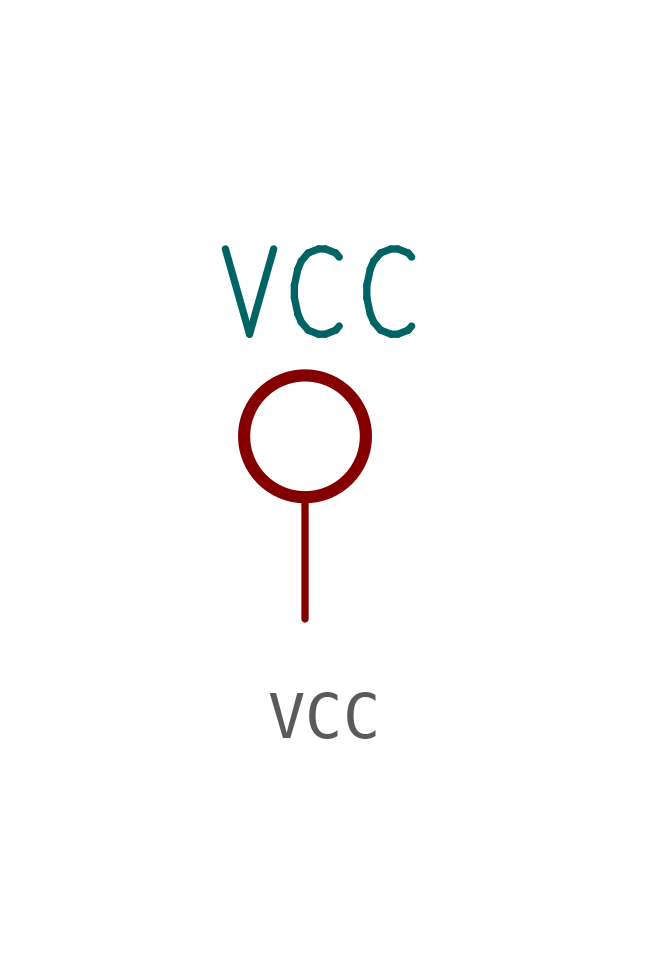
<source format=kicad_sym>
(kicad_symbol_lib
  (version 20211014)
  (generator kicad_symbol_editor)
  (symbol "VCC"
    (power)
    (property "Reference" "#SUPPLY"
      (at 0 0 0)
      (effects (font (size 1.27 1.27)) hide))
    (property "Value" "VCC"
      (at -1.905 3.175 0)
      (effects (font (size 1.778 1.511)) (justify left bottom)))
    (property "ki_locked" ""
      (at 0 0 0)
      (effects (font (size 1.27 1.27))))
    (symbol "VCC_1_0"
      (circle (center 0 1.27) (radius 1.27) (stroke (width 0.254)) (stroke (width 0.254) (type default) (color 0 0 0 0)) (fill (type none)))
      (pin power_in line (at 0 -2.54 90) (length 2.54) (name "VCC" (effects (font (size 0 0)))) (number "1" (effects (font (size 0 0))))))))
</source>
